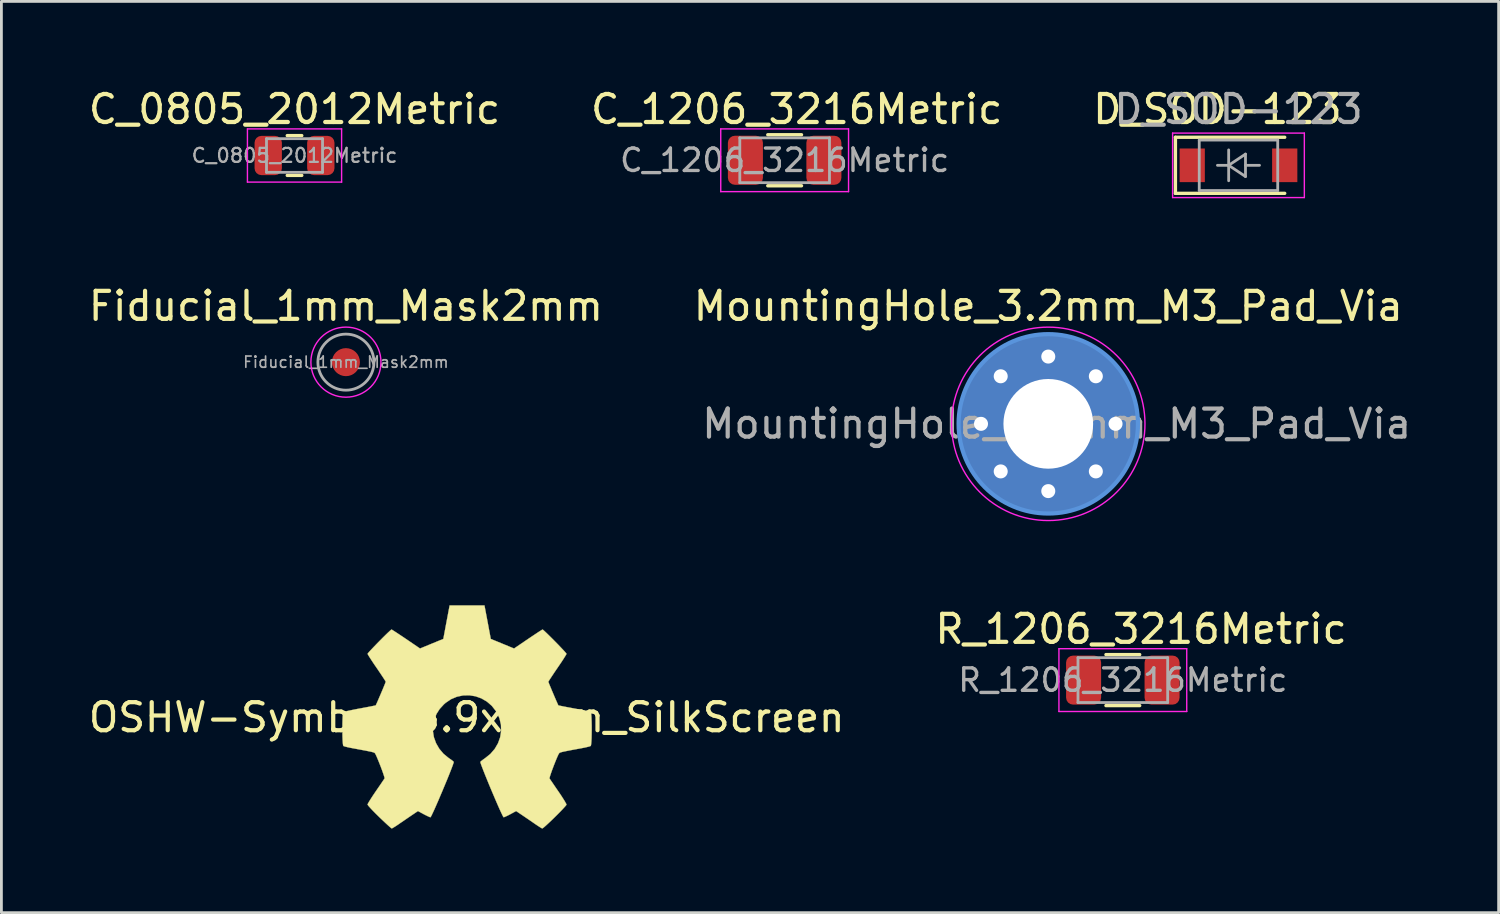
<source format=kicad_pcb>
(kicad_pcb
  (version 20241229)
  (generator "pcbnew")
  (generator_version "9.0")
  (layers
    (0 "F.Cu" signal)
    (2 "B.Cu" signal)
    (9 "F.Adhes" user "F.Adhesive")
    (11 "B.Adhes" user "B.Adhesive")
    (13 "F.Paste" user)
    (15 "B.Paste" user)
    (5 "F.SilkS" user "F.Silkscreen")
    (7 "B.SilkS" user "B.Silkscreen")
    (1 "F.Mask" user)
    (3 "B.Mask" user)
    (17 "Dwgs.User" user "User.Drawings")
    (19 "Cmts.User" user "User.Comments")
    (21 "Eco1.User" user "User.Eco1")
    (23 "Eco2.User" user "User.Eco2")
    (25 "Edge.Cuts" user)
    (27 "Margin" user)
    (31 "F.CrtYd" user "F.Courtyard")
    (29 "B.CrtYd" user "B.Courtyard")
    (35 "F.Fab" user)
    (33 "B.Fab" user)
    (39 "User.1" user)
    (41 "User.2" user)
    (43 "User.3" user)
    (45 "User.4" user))
  (footprint "MountingHole_3.2mm_M3_Pad_Via"
    (layer "F.Cu")
    (at 34.351 12.072)
    (property "Reference" "MountingHole_3.2mm_M3_Pad_Via" (at 0 -4.2 0) (layer "F.SilkS") (effects (font (size 1 1) (thickness 0.15))))
    (attr exclude_from_pos_files exclude_from_bom)
    (fp_circle (center 0 0) (end 3.2 0) (stroke (width 0.15) (type solid)) (fill no) (layer "Cmts.User"))
    (fp_circle (center 0 0) (end 3.45 0) (stroke (width 0.05) (type solid)) (fill no) (layer "F.CrtYd"))
    (fp_text user "${REFERENCE}" (at 0.3 0 0) (layer "F.Fab") (effects (font (size 1 1) (thickness 0.15))))
    (pad "1" thru_hole circle (at -2.4 0) (size 0.8 0.8) (drill 0.5) (layers "*.Cu" "*.Mask"))
    (pad "1" thru_hole circle (at -1.697 -1.697) (size 0.8 0.8) (drill 0.5) (layers "*.Cu" "*.Mask"))
    (pad "1" thru_hole circle (at -1.697 1.697) (size 0.8 0.8) (drill 0.5) (layers "*.Cu" "*.Mask"))
    (pad "1" thru_hole circle (at 0 -2.4) (size 0.8 0.8) (drill 0.5) (layers "*.Cu" "*.Mask"))
    (pad "1" thru_hole circle (at 0 0) (size 6.4 6.4) (drill 3.2) (layers "*.Cu" "*.Mask"))
    (pad "1" thru_hole circle (at 0 2.4) (size 0.8 0.8) (drill 0.5) (layers "*.Cu" "*.Mask"))
    (pad "1" thru_hole circle (at 1.697 -1.697) (size 0.8 0.8) (drill 0.5) (layers "*.Cu" "*.Mask"))
    (pad "1" thru_hole circle (at 1.697 1.697) (size 0.8 0.8) (drill 0.5) (layers "*.Cu" "*.Mask"))
    (pad "1" thru_hole circle (at 2.4 0) (size 0.8 0.8) (drill 0.5) (layers "*.Cu" "*.Mask")))
  (footprint "D_SOD-123"
    (layer "F.Cu")
    (at 41.137 2.848)
    (property "Reference" "D_SOD-123" (at -0.75 -2 0) (layer "F.SilkS") (effects (font (size 1 1) (thickness 0.15))))
    (attr smd)
    (fp_line (start -2.25 -1) (end -2.25 1) (stroke (width 0.12) (type solid)) (layer "F.SilkS"))
    (fp_line (start -2.25 -1) (end 1.65 -1) (stroke (width 0.12) (type solid)) (layer "F.SilkS"))
    (fp_line (start -2.25 1) (end 1.65 1) (stroke (width 0.12) (type solid)) (layer "F.SilkS"))
    (fp_line (start -2.35 -1.15) (end -2.35 1.15) (stroke (width 0.05) (type solid)) (layer "F.CrtYd"))
    (fp_line (start -2.35 -1.15) (end 2.35 -1.15) (stroke (width 0.05) (type solid)) (layer "F.CrtYd"))
    (fp_line (start 2.35 -1.15) (end 2.35 1.15) (stroke (width 0.05) (type solid)) (layer "F.CrtYd"))
    (fp_line (start 2.35 1.15) (end -2.35 1.15) (stroke (width 0.05) (type solid)) (layer "F.CrtYd"))
    (fp_line (start -1.4 -0.9) (end 1.4 -0.9) (stroke (width 0.1) (type solid)) (layer "F.Fab"))
    (fp_line (start -1.4 0.9) (end -1.4 -0.9) (stroke (width 0.1) (type solid)) (layer "F.Fab"))
    (fp_line (start -0.75 0) (end -0.35 0) (stroke (width 0.1) (type solid)) (layer "F.Fab"))
    (fp_line (start -0.35 0) (end -0.35 -0.55) (stroke (width 0.1) (type solid)) (layer "F.Fab"))
    (fp_line (start -0.35 0) (end -0.35 0.55) (stroke (width 0.1) (type solid)) (layer "F.Fab"))
    (fp_line (start -0.35 0) (end 0.25 -0.4) (stroke (width 0.1) (type solid)) (layer "F.Fab"))
    (fp_line (start 0.25 -0.4) (end 0.25 0.4) (stroke (width 0.1) (type solid)) (layer "F.Fab"))
    (fp_line (start 0.25 0) (end 0.75 0) (stroke (width 0.1) (type solid)) (layer "F.Fab"))
    (fp_line (start 0.25 0.4) (end -0.35 0) (stroke (width 0.1) (type solid)) (layer "F.Fab"))
    (fp_line (start 1.4 -0.9) (end 1.4 0.9) (stroke (width 0.1) (type solid)) (layer "F.Fab"))
    (fp_line (start 1.4 0.9) (end -1.4 0.9) (stroke (width 0.1) (type solid)) (layer "F.Fab"))
    (fp_text user "${REFERENCE}" (at 0 -2 0) (layer "F.Fab") (effects (font (size 1 1) (thickness 0.15))))
    (pad "1" smd rect (at -1.65 0) (size 0.9 1.2) (layers "F.Cu" "F.Mask" "F.Paste"))
    (pad "2" smd rect (at 1.65 0) (size 0.9 1.2) (layers "F.Cu" "F.Mask" "F.Paste")))
  (footprint "C_1206_3216Metric"
    (layer "F.Cu")
    (at 24.945 2.668)
    (property "Reference" "C_1206_3216Metric" (at 0.43 -1.82 180) (layer "F.SilkS") (effects (font (size 1 1) (thickness 0.15))))
    (attr smd)
    (fp_line (start -0.602 -0.91) (end 0.602 -0.91) (stroke (width 0.12) (type solid)) (layer "F.SilkS"))
    (fp_line (start -0.602 0.91) (end 0.602 0.91) (stroke (width 0.12) (type solid)) (layer "F.SilkS"))
    (fp_line (start -2.28 -1.12) (end 2.28 -1.12) (stroke (width 0.05) (type solid)) (layer "F.CrtYd"))
    (fp_line (start -2.28 1.12) (end -2.28 -1.12) (stroke (width 0.05) (type solid)) (layer "F.CrtYd"))
    (fp_line (start 2.28 -1.12) (end 2.28 1.12) (stroke (width 0.05) (type solid)) (layer "F.CrtYd"))
    (fp_line (start 2.28 1.12) (end -2.28 1.12) (stroke (width 0.05) (type solid)) (layer "F.CrtYd"))
    (fp_line (start -1.6 -0.8) (end 1.6 -0.8) (stroke (width 0.1) (type solid)) (layer "F.Fab"))
    (fp_line (start -1.6 0.8) (end -1.6 -0.8) (stroke (width 0.1) (type solid)) (layer "F.Fab"))
    (fp_line (start 1.6 -0.8) (end 1.6 0.8) (stroke (width 0.1) (type solid)) (layer "F.Fab"))
    (fp_line (start 1.6 0.8) (end -1.6 0.8) (stroke (width 0.1) (type solid)) (layer "F.Fab"))
    (fp_text user "${REFERENCE}" (at 0 0 180) (layer "F.Fab") (effects (font (size 0.8 0.8) (thickness 0.12))))
    (pad "1" smd roundrect (at -1.4 0) (size 1.25 1.75) (layers "F.Cu" "F.Mask" "F.Paste") (roundrect_rratio 0.2))
    (pad "2" smd roundrect (at 1.4 0) (size 1.25 1.75) (layers "F.Cu" "F.Mask" "F.Paste") (roundrect_rratio 0.2)))
  (footprint "Fiducial_1mm_Mask2mm"
    (layer "F.Cu")
    (at 9.292 9.871)
    (property "Reference" "Fiducial_1mm_Mask2mm" (at 0 -2 0) (layer "F.SilkS") (effects (font (size 1 1) (thickness 0.15))))
    (attr smd)
    (fp_circle (center 0 0) (end 1.25 0) (stroke (width 0.05) (type solid)) (fill no) (layer "F.CrtYd"))
    (fp_circle (center 0 0) (end 1 0) (stroke (width 0.1) (type solid)) (fill no) (layer "F.Fab"))
    (fp_text user "${REFERENCE}" (at 0 0 0) (layer "F.Fab") (effects (font (size 0.4 0.4) (thickness 0.06))))
    (pad "" smd circle (at 0 0) (size 1 1) (layers "F.Cu" "F.Mask")))
  (footprint "OSHW-Symbol_8.9x8mm_SilkScreen"
    (layer "F.Cu")
    (at 13.601 22.548)
    (property "Reference" "OSHW-Symbol_8.9x8mm_SilkScreen" (at 0 0 0) (layer "F.SilkS") (effects (font (size 1 1) (thickness 0.15))))
    (attr exclude_from_pos_files exclude_from_bom)
    (fp_poly (pts (xy 0.747 -3.4) (xy 0.859 -2.802) (xy 1.275 -2.631) (xy 1.69 -2.46) (xy 2.188 -2.799) (xy 2.328 -2.893) (xy 2.454 -2.977) (xy 2.561 -3.048) (xy 2.643 -3.1) (xy 2.693 -3.131) (xy 2.707 -3.138) (xy 2.732 -3.121) (xy 2.785 -3.073) (xy 2.86 -3.002) (xy 2.952 -2.912) (xy 3.054 -2.811) (xy 3.161 -2.703) (xy 3.266 -2.596) (xy 3.363 -2.494) (xy 3.447 -2.405) (xy 3.512 -2.333) (xy 3.552 -2.286) (xy 3.561 -2.27) (xy 3.547 -2.241) (xy 3.509 -2.178) (xy 3.451 -2.086) (xy 3.376 -1.971) (xy 3.288 -1.841) (xy 3.237 -1.767) (xy 3.145 -1.632) (xy 3.063 -1.509) (xy 2.995 -1.406) (xy 2.945 -1.329) (xy 2.918 -1.283) (xy 2.914 -1.273) (xy 2.923 -1.245) (xy 2.948 -1.181) (xy 2.986 -1.09) (xy 3.032 -0.979) (xy 3.083 -0.859) (xy 3.134 -0.739) (xy 3.182 -0.627) (xy 3.224 -0.532) (xy 3.254 -0.464) (xy 3.271 -0.432) (xy 3.272 -0.431) (xy 3.297 -0.424) (xy 3.364 -0.411) (xy 3.466 -0.39) (xy 3.597 -0.365) (xy 3.748 -0.337) (xy 3.837 -0.32) (xy 3.998 -0.29) (xy 4.145 -0.26) (xy 4.268 -0.234) (xy 4.36 -0.213) (xy 4.415 -0.197) (xy 4.426 -0.193) (xy 4.437 -0.16) (xy 4.446 -0.086) (xy 4.452 0.02) (xy 4.457 0.15) (xy 4.46 0.296) (xy 4.46 0.448) (xy 4.458 0.598) (xy 4.455 0.737) (xy 4.449 0.857) (xy 4.441 0.949) (xy 4.431 1.005) (xy 4.425 1.016) (xy 4.39 1.03) (xy 4.316 1.05) (xy 4.212 1.074) (xy 4.089 1.098) (xy 4.046 1.106) (xy 3.838 1.144) (xy 3.674 1.175) (xy 3.548 1.2) (xy 3.455 1.219) (xy 3.389 1.235) (xy 3.346 1.248) (xy 3.318 1.26) (xy 3.302 1.272) (xy 3.3 1.274) (xy 3.278 1.311) (xy 3.243 1.384) (xy 3.2 1.484) (xy 3.153 1.601) (xy 3.103 1.727) (xy 3.056 1.852) (xy 3.014 1.969) (xy 2.981 2.067) (xy 2.96 2.138) (xy 2.954 2.173) (xy 2.954 2.174) (xy 2.973 2.203) (xy 3.016 2.266) (xy 3.078 2.357) (xy 3.154 2.469) (xy 3.241 2.596) (xy 3.266 2.632) (xy 3.355 2.763) (xy 3.433 2.883) (xy 3.496 2.984) (xy 3.539 3.06) (xy 3.56 3.103) (xy 3.561 3.109) (xy 3.544 3.137) (xy 3.496 3.193) (xy 3.424 3.271) (xy 3.334 3.365) (xy 3.232 3.468) (xy 3.124 3.575) (xy 3.016 3.68) (xy 2.914 3.776) (xy 2.825 3.858) (xy 2.755 3.919) (xy 2.709 3.954) (xy 2.696 3.959) (xy 2.667 3.946) (xy 2.607 3.91) (xy 2.526 3.857) (xy 2.463 3.815) (xy 2.35 3.737) (xy 2.216 3.645) (xy 2.081 3.553) (xy 2.009 3.504) (xy 1.764 3.339) (xy 1.559 3.45) (xy 1.465 3.499) (xy 1.385 3.536) (xy 1.331 3.558) (xy 1.318 3.561) (xy 1.301 3.539) (xy 1.269 3.476) (xy 1.223 3.379) (xy 1.165 3.253) (xy 1.099 3.103) (xy 1.027 2.936) (xy 0.951 2.758) (xy 0.873 2.574) (xy 0.796 2.39) (xy 0.723 2.211) (xy 0.655 2.044) (xy 0.596 1.895) (xy 0.547 1.768) (xy 0.511 1.671) (xy 0.491 1.608) (xy 0.488 1.586) (xy 0.513 1.558) (xy 0.57 1.514) (xy 0.644 1.461) (xy 0.651 1.457) (xy 0.844 1.302) (xy 1 1.122) (xy 1.117 0.921) (xy 1.194 0.706) (xy 1.229 0.483) (xy 1.222 0.257) (xy 1.17 0.034) (xy 1.073 -0.18) (xy 1.044 -0.226) (xy 0.896 -0.415) (xy 0.72 -0.567) (xy 0.524 -0.681) (xy 0.313 -0.756) (xy 0.093 -0.791) (xy -0.13 -0.786) (xy -0.349 -0.74) (xy -0.559 -0.652) (xy -0.753 -0.521) (xy -0.813 -0.468) (xy -0.966 -0.301) (xy -1.077 -0.126) (xy -1.153 0.07) (xy -1.196 0.265) (xy -1.206 0.483) (xy -1.171 0.703) (xy -1.094 0.916) (xy -0.979 1.116) (xy -0.829 1.294) (xy -0.647 1.444) (xy -0.623 1.46) (xy -0.548 1.512) (xy -0.49 1.557) (xy -0.463 1.585) (xy -0.462 1.586) (xy -0.468 1.617) (xy -0.492 1.687) (xy -0.53 1.791) (xy -0.581 1.922) (xy -0.642 2.076) (xy -0.711 2.245) (xy -0.786 2.425) (xy -0.863 2.61) (xy -0.941 2.793) (xy -1.016 2.97) (xy -1.088 3.134) (xy -1.152 3.279) (xy -1.208 3.4) (xy -1.251 3.491) (xy -1.281 3.546) (xy -1.293 3.561) (xy -1.329 3.55) (xy -1.397 3.519) (xy -1.485 3.476) (xy -1.534 3.45) (xy -1.739 3.339) (xy -1.984 3.504) (xy -2.109 3.589) (xy -2.246 3.683) (xy -2.374 3.77) (xy -2.438 3.815) (xy -2.528 3.875) (xy -2.605 3.923) (xy -2.658 3.953) (xy -2.675 3.959) (xy -2.7 3.942) (xy -2.755 3.895) (xy -2.835 3.823) (xy -2.934 3.731) (xy -3.048 3.623) (xy -3.12 3.554) (xy -3.245 3.431) (xy -3.354 3.32) (xy -3.441 3.227) (xy -3.503 3.157) (xy -3.534 3.114) (xy -3.537 3.105) (xy -3.523 3.072) (xy -3.485 3.005) (xy -3.426 2.911) (xy -3.352 2.796) (xy -3.266 2.668) (xy -3.241 2.632) (xy -3.152 2.502) (xy -3.072 2.386) (xy -3.006 2.288) (xy -2.958 2.217) (xy -2.932 2.178) (xy -2.93 2.174) (xy -2.933 2.143) (xy -2.953 2.076) (xy -2.985 1.98) (xy -3.026 1.865) (xy -3.073 1.74) (xy -3.123 1.614) (xy -3.171 1.495) (xy -3.214 1.394) (xy -3.25 1.318) (xy -3.273 1.276) (xy -3.275 1.274) (xy -3.29 1.262) (xy -3.314 1.25) (xy -3.355 1.237) (xy -3.416 1.222) (xy -3.503 1.204) (xy -3.622 1.18) (xy -3.779 1.151) (xy -3.978 1.114) (xy -4.021 1.106) (xy -4.149 1.082) (xy -4.26 1.058) (xy -4.345 1.036) (xy -4.394 1.02) (xy -4.401 1.016) (xy -4.411 0.983) (xy -4.42 0.909) (xy -4.427 0.802) (xy -4.432 0.672) (xy -4.434 0.526) (xy -4.435 0.374) (xy -4.434 0.224) (xy -4.43 0.085) (xy -4.425 -0.034) (xy -4.417 -0.126) (xy -4.407 -0.181) (xy -4.401 -0.193) (xy -4.369 -0.204) (xy -4.295 -0.222) (xy -4.186 -0.246) (xy -4.051 -0.274) (xy -3.896 -0.305) (xy -3.812 -0.32) (xy -3.652 -0.35) (xy -3.509 -0.377) (xy -3.391 -0.4) (xy -3.304 -0.418) (xy -3.255 -0.428) (xy -3.247 -0.431) (xy -3.233 -0.457) (xy -3.204 -0.52) (xy -3.164 -0.611) (xy -3.117 -0.721) (xy -3.065 -0.841) (xy -3.014 -0.962) (xy -2.967 -1.074) (xy -2.928 -1.17) (xy -2.901 -1.239) (xy -2.889 -1.273) (xy -2.889 -1.274) (xy -2.902 -1.301) (xy -2.94 -1.362) (xy -2.999 -1.452) (xy -3.074 -1.565) (xy -3.161 -1.694) (xy -3.212 -1.768) (xy -3.305 -1.904) (xy -3.387 -2.027) (xy -3.455 -2.132) (xy -3.505 -2.212) (xy -3.532 -2.26) (xy -3.536 -2.271) (xy -3.519 -2.296) (xy -3.473 -2.35) (xy -3.402 -2.426) (xy -3.314 -2.519) (xy -3.214 -2.623) (xy -3.108 -2.731) (xy -3.002 -2.838) (xy -2.902 -2.937) (xy -2.814 -3.022) (xy -2.743 -3.088) (xy -2.697 -3.128) (xy -2.682 -3.138) (xy -2.656 -3.124) (xy -2.596 -3.086) (xy -2.506 -3.028) (xy -2.393 -2.953) (xy -2.262 -2.866) (xy -2.163 -2.799) (xy -1.665 -2.46) (xy -1.25 -2.631) (xy -0.834 -2.802) (xy -0.722 -3.4) (xy -0.609 -3.997) (xy 0.634 -3.997) (xy 0.747 -3.4)) (stroke (width 0.01) (type solid)) (fill yes) (layer "F.SilkS")))
  (footprint "C_0805_2012Metric"
    (layer "F.Cu")
    (at 7.458 2.498)
    (property "Reference" "C_0805_2012Metric" (at 0 -1.65 180) (layer "F.SilkS") (effects (font (size 1 1) (thickness 0.15))))
    (attr smd)
    (fp_line (start -0.259 -0.71) (end 0.259 -0.71) (stroke (width 0.12) (type solid)) (layer "F.SilkS"))
    (fp_line (start -0.259 0.71) (end 0.259 0.71) (stroke (width 0.12) (type solid)) (layer "F.SilkS"))
    (fp_line (start -1.68 -0.95) (end 1.68 -0.95) (stroke (width 0.05) (type solid)) (layer "F.CrtYd"))
    (fp_line (start -1.68 0.95) (end -1.68 -0.95) (stroke (width 0.05) (type solid)) (layer "F.CrtYd"))
    (fp_line (start 1.68 -0.95) (end 1.68 0.95) (stroke (width 0.05) (type solid)) (layer "F.CrtYd"))
    (fp_line (start 1.68 0.95) (end -1.68 0.95) (stroke (width 0.05) (type solid)) (layer "F.CrtYd"))
    (fp_line (start -1 -0.6) (end 1 -0.6) (stroke (width 0.1) (type solid)) (layer "F.Fab"))
    (fp_line (start -1 0.6) (end -1 -0.6) (stroke (width 0.1) (type solid)) (layer "F.Fab"))
    (fp_line (start 1 -0.6) (end 1 0.6) (stroke (width 0.1) (type solid)) (layer "F.Fab"))
    (fp_line (start 1 0.6) (end -1 0.6) (stroke (width 0.1) (type solid)) (layer "F.Fab"))
    (fp_text user "${REFERENCE}" (at 0 0 180) (layer "F.Fab") (effects (font (size 0.5 0.5) (thickness 0.08))))
    (pad "1" smd roundrect (at -0.938 0) (size 0.975 1.4) (layers "F.Cu" "F.Mask" "F.Paste") (roundrect_rratio 0.25))
    (pad "2" smd roundrect (at 0.938 0) (size 0.975 1.4) (layers "F.Cu" "F.Mask" "F.Paste") (roundrect_rratio 0.25)))
  (footprint "R_1206_3216Metric"
    (layer "F.Cu")
    (at 37.011 21.215)
    (property "Reference" "R_1206_3216Metric" (at 0.65 -1.82 180) (layer "F.SilkS") (effects (font (size 1 1) (thickness 0.15))))
    (attr smd)
    (fp_line (start -0.602 -0.91) (end 0.602 -0.91) (stroke (width 0.12) (type solid)) (layer "F.SilkS"))
    (fp_line (start -0.602 0.91) (end 0.602 0.91) (stroke (width 0.12) (type solid)) (layer "F.SilkS"))
    (fp_line (start -2.28 -1.12) (end 2.28 -1.12) (stroke (width 0.05) (type solid)) (layer "F.CrtYd"))
    (fp_line (start -2.28 1.12) (end -2.28 -1.12) (stroke (width 0.05) (type solid)) (layer "F.CrtYd"))
    (fp_line (start 2.28 -1.12) (end 2.28 1.12) (stroke (width 0.05) (type solid)) (layer "F.CrtYd"))
    (fp_line (start 2.28 1.12) (end -2.28 1.12) (stroke (width 0.05) (type solid)) (layer "F.CrtYd"))
    (fp_line (start -1.6 -0.8) (end 1.6 -0.8) (stroke (width 0.1) (type solid)) (layer "F.Fab"))
    (fp_line (start -1.6 0.8) (end -1.6 -0.8) (stroke (width 0.1) (type solid)) (layer "F.Fab"))
    (fp_line (start 1.6 -0.8) (end 1.6 0.8) (stroke (width 0.1) (type solid)) (layer "F.Fab"))
    (fp_line (start 1.6 0.8) (end -1.6 0.8) (stroke (width 0.1) (type solid)) (layer "F.Fab"))
    (fp_text user "${REFERENCE}" (at 0 0 180) (layer "F.Fab") (effects (font (size 0.8 0.8) (thickness 0.12))))
    (pad "1" smd roundrect (at -1.4 0) (size 1.25 1.75) (layers "F.Cu" "F.Mask" "F.Paste") (roundrect_rratio 0.2))
    (pad "2" smd roundrect (at 1.4 0) (size 1.25 1.75) (layers "F.Cu" "F.Mask" "F.Paste") (roundrect_rratio 0.2)))
  (gr_rect
    (start -3 -3)
    (end 50.419 29.513)
    (stroke (width 0.1) (type default))
    (fill no)
    (layer "Edge.Cuts")))
</source>
